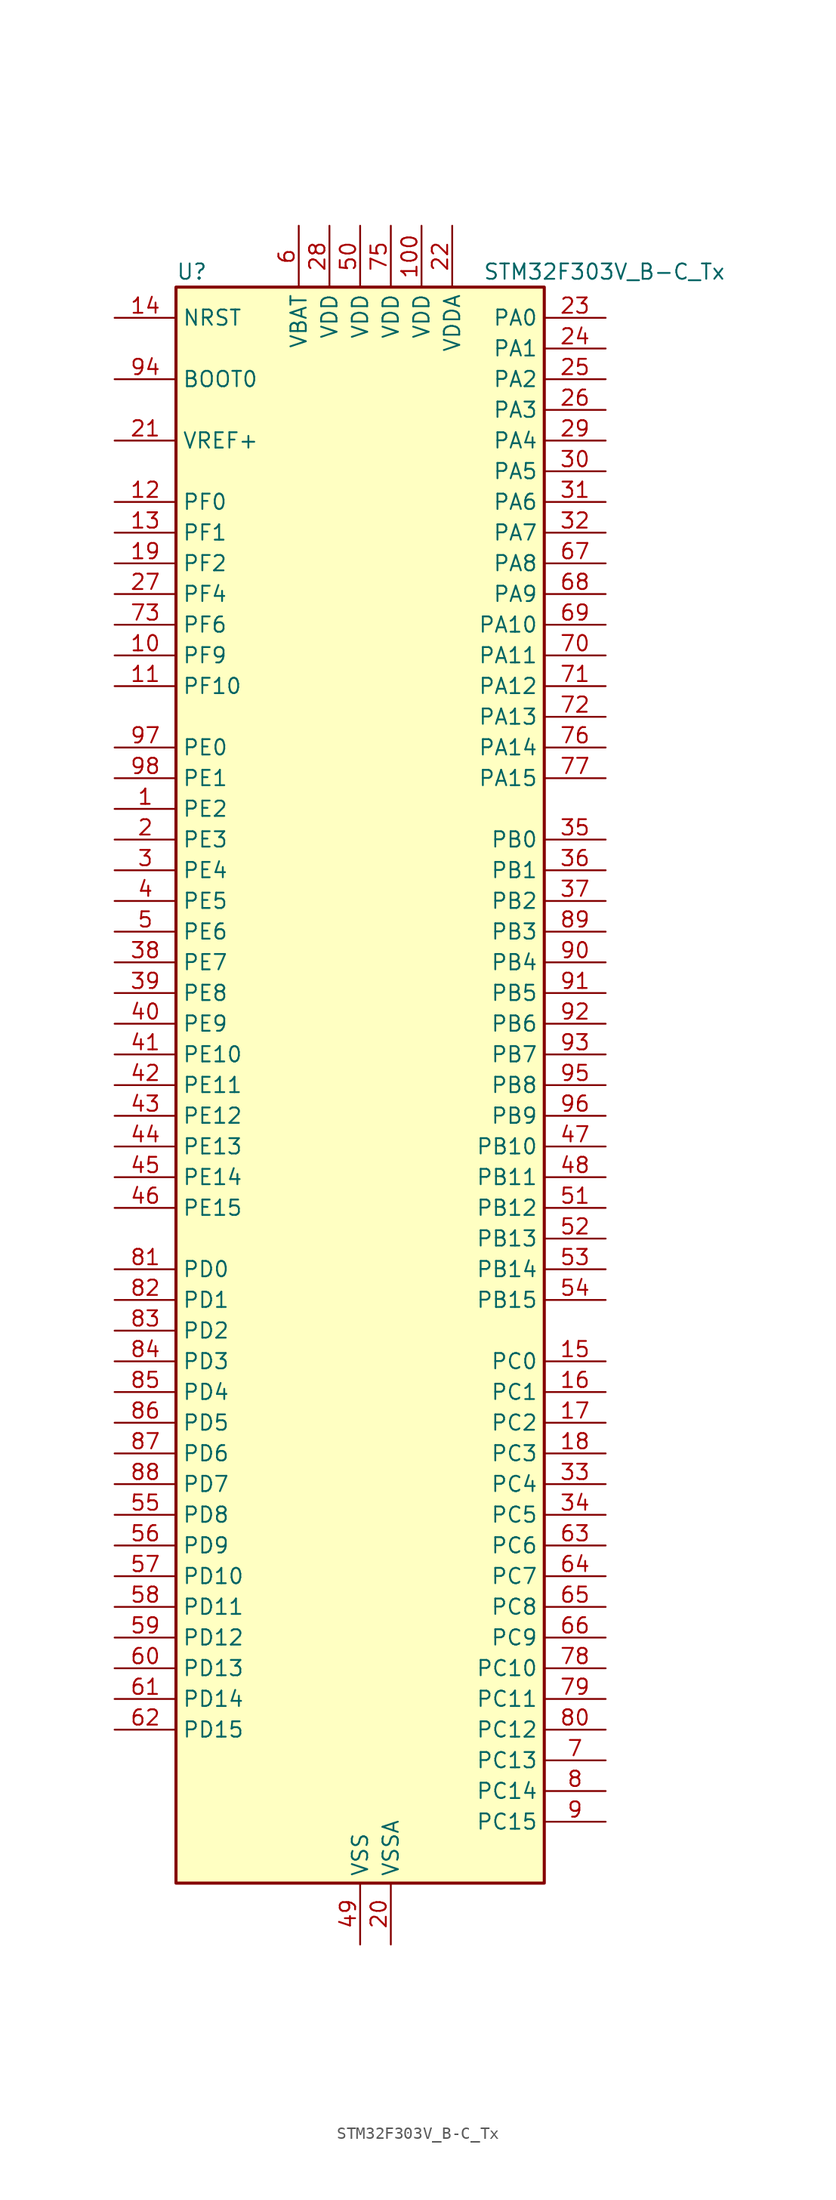
<source format=kicad_sym>
(kicad_symbol_lib
  (version 20231120)
  (generator "kicad_symbol_editor")
  (generator_version "8.0")
  (symbol "STM32F303V_B-C_Tx"
    (property "Reference" "U"
      (at -15.24 67.31 0)
      (effects (font (size 1.27 1.27)) (justify left)))
    (property "Value" "STM32F303V_B-C_Tx"
      (at 10.16 67.31 0)
      (effects (font (size 1.27 1.27)) (justify left)))
    (property "ki_locked" ""
      (at 0 0 0)
      (effects (font (size 1.27 1.27))))
    (symbol "STM32F303V_B-C_Tx_0_1"
      (rectangle (start -15.24 -66.04) (end 15.24 66.04) (stroke (width 0.254) (type default)) (fill (type background))))
    (symbol "STM32F303V_B-C_Tx_1_1"
      (pin bidirectional line (at -20.32 22.86 0) (length 5.08) (name "PE2" (effects (font (size 1.27 1.27)))) (number "1" (effects (font (size 1.27 1.27)))) (alternate "ADC3_EXTI2" bidirectional line) (alternate "ADC4_EXTI2" bidirectional line) (alternate "SYS_TRACECK" bidirectional line) (alternate "TIM3_CH1" bidirectional line) (alternate "TSC_G7_IO1" bidirectional line))
      (pin bidirectional line (at -20.32 35.56 0) (length 5.08) (name "PF9" (effects (font (size 1.27 1.27)))) (number "10" (effects (font (size 1.27 1.27)))) (alternate "DAC_EXTI9" bidirectional line) (alternate "SPI2_SCK" bidirectional line) (alternate "TIM15_CH1" bidirectional line))
      (pin power_in line (at 5.08 71.12 270) (length 5.08) (name "VDD" (effects (font (size 1.27 1.27)))) (number "100" (effects (font (size 1.27 1.27)))))
      (pin bidirectional line (at -20.32 33.02 0) (length 5.08) (name "PF10" (effects (font (size 1.27 1.27)))) (number "11" (effects (font (size 1.27 1.27)))) (alternate "SPI2_SCK" bidirectional line) (alternate "TIM15_CH2" bidirectional line))
      (pin bidirectional line (at -20.32 48.26 0) (length 5.08) (name "PF0" (effects (font (size 1.27 1.27)))) (number "12" (effects (font (size 1.27 1.27)))) (alternate "I2C2_SDA" bidirectional line) (alternate "RCC_OSC_IN" bidirectional line) (alternate "TIM1_CH3N" bidirectional line))
      (pin bidirectional line (at -20.32 45.72 0) (length 5.08) (name "PF1" (effects (font (size 1.27 1.27)))) (number "13" (effects (font (size 1.27 1.27)))) (alternate "I2C2_SCL" bidirectional line) (alternate "RCC_OSC_OUT" bidirectional line))
      (pin input line (at -20.32 63.5 0) (length 5.08) (name "NRST" (effects (font (size 1.27 1.27)))) (number "14" (effects (font (size 1.27 1.27)))))
      (pin bidirectional line (at 20.32 -22.86 180) (length 5.08) (name "PC0" (effects (font (size 1.27 1.27)))) (number "15" (effects (font (size 1.27 1.27)))) (alternate "ADC1_IN6" bidirectional line) (alternate "ADC2_IN6" bidirectional line) (alternate "COMP7_INM" bidirectional line))
      (pin bidirectional line (at 20.32 -25.4 180) (length 5.08) (name "PC1" (effects (font (size 1.27 1.27)))) (number "16" (effects (font (size 1.27 1.27)))) (alternate "ADC1_IN7" bidirectional line) (alternate "ADC2_IN7" bidirectional line) (alternate "COMP7_INP" bidirectional line))
      (pin bidirectional line (at 20.32 -27.94 180) (length 5.08) (name "PC2" (effects (font (size 1.27 1.27)))) (number "17" (effects (font (size 1.27 1.27)))) (alternate "ADC1_IN8" bidirectional line) (alternate "ADC2_IN8" bidirectional line) (alternate "ADC3_EXTI2" bidirectional line) (alternate "ADC4_EXTI2" bidirectional line) (alternate "COMP7_OUT" bidirectional line))
      (pin bidirectional line (at 20.32 -30.48 180) (length 5.08) (name "PC3" (effects (font (size 1.27 1.27)))) (number "18" (effects (font (size 1.27 1.27)))) (alternate "ADC1_IN9" bidirectional line) (alternate "ADC2_IN9" bidirectional line) (alternate "TIM1_BKIN2" bidirectional line))
      (pin bidirectional line (at -20.32 43.18 0) (length 5.08) (name "PF2" (effects (font (size 1.27 1.27)))) (number "19" (effects (font (size 1.27 1.27)))) (alternate "ADC1_IN10" bidirectional line) (alternate "ADC2_IN10" bidirectional line) (alternate "ADC3_EXTI2" bidirectional line) (alternate "ADC4_EXTI2" bidirectional line))
      (pin bidirectional line (at -20.32 20.32 0) (length 5.08) (name "PE3" (effects (font (size 1.27 1.27)))) (number "2" (effects (font (size 1.27 1.27)))) (alternate "SYS_TRACED0" bidirectional line) (alternate "TIM3_CH2" bidirectional line) (alternate "TSC_G7_IO2" bidirectional line))
      (pin power_in line (at 2.54 -71.12 90) (length 5.08) (name "VSSA" (effects (font (size 1.27 1.27)))) (number "20" (effects (font (size 1.27 1.27)))))
      (pin input line (at -20.32 53.34 0) (length 5.08) (name "VREF+" (effects (font (size 1.27 1.27)))) (number "21" (effects (font (size 1.27 1.27)))))
      (pin power_in line (at 7.62 71.12 270) (length 5.08) (name "VDDA" (effects (font (size 1.27 1.27)))) (number "22" (effects (font (size 1.27 1.27)))))
      (pin bidirectional line (at 20.32 63.5 180) (length 5.08) (name "PA0" (effects (font (size 1.27 1.27)))) (number "23" (effects (font (size 1.27 1.27)))) (alternate "ADC1_IN1" bidirectional line) (alternate "COMP1_INM" bidirectional line) (alternate "COMP1_OUT" bidirectional line) (alternate "COMP7_INP" bidirectional line) (alternate "RTC_TAMP2" bidirectional line) (alternate "SYS_WKUP1" bidirectional line) (alternate "TIM2_CH1" bidirectional line) (alternate "TIM2_ETR" bidirectional line) (alternate "TIM8_BKIN" bidirectional line) (alternate "TIM8_ETR" bidirectional line) (alternate "TSC_G1_IO1" bidirectional line) (alternate "USART2_CTS" bidirectional line))
      (pin bidirectional line (at 20.32 60.96 180) (length 5.08) (name "PA1" (effects (font (size 1.27 1.27)))) (number "24" (effects (font (size 1.27 1.27)))) (alternate "ADC1_IN2" bidirectional line) (alternate "COMP1_INP" bidirectional line) (alternate "OPAMP1_VINP" bidirectional line) (alternate "OPAMP1_VINP_SEC" bidirectional line) (alternate "OPAMP3_VINP" bidirectional line) (alternate "OPAMP3_VINP_SEC" bidirectional line) (alternate "RTC_REFIN" bidirectional line) (alternate "TIM15_CH1N" bidirectional line) (alternate "TIM2_CH2" bidirectional line) (alternate "TSC_G1_IO2" bidirectional line) (alternate "USART2_DE" bidirectional line) (alternate "USART2_RTS" bidirectional line))
      (pin bidirectional line (at 20.32 58.42 180) (length 5.08) (name "PA2" (effects (font (size 1.27 1.27)))) (number "25" (effects (font (size 1.27 1.27)))) (alternate "ADC1_IN3" bidirectional line) (alternate "ADC3_EXTI2" bidirectional line) (alternate "ADC4_EXTI2" bidirectional line) (alternate "COMP2_INM" bidirectional line) (alternate "COMP2_OUT" bidirectional line) (alternate "OPAMP1_VOUT" bidirectional line) (alternate "TIM15_CH1" bidirectional line) (alternate "TIM2_CH3" bidirectional line) (alternate "TSC_G1_IO3" bidirectional line) (alternate "USART2_TX" bidirectional line))
      (pin bidirectional line (at 20.32 55.88 180) (length 5.08) (name "PA3" (effects (font (size 1.27 1.27)))) (number "26" (effects (font (size 1.27 1.27)))) (alternate "ADC1_IN4" bidirectional line) (alternate "COMP2_INP" bidirectional line) (alternate "OPAMP1_VINM" bidirectional line) (alternate "OPAMP1_VINM_SEC" bidirectional line) (alternate "OPAMP1_VINP" bidirectional line) (alternate "OPAMP1_VINP_SEC" bidirectional line) (alternate "TIM15_CH2" bidirectional line) (alternate "TIM2_CH4" bidirectional line) (alternate "TSC_G1_IO4" bidirectional line) (alternate "USART2_RX" bidirectional line))
      (pin bidirectional line (at -20.32 40.64 0) (length 5.08) (name "PF4" (effects (font (size 1.27 1.27)))) (number "27" (effects (font (size 1.27 1.27)))) (alternate "ADC1_IN5" bidirectional line) (alternate "COMP1_OUT" bidirectional line))
      (pin power_in line (at -2.54 71.12 270) (length 5.08) (name "VDD" (effects (font (size 1.27 1.27)))) (number "28" (effects (font (size 1.27 1.27)))))
      (pin bidirectional line (at 20.32 53.34 180) (length 5.08) (name "PA4" (effects (font (size 1.27 1.27)))) (number "29" (effects (font (size 1.27 1.27)))) (alternate "ADC2_IN1" bidirectional line) (alternate "COMP1_INM" bidirectional line) (alternate "COMP2_INM" bidirectional line) (alternate "COMP3_INM" bidirectional line) (alternate "COMP4_INM" bidirectional line) (alternate "COMP5_INM" bidirectional line) (alternate "COMP6_INM" bidirectional line) (alternate "COMP7_INM" bidirectional line) (alternate "DAC_OUT1" bidirectional line) (alternate "I2S3_WS" bidirectional line) (alternate "OPAMP4_VINP" bidirectional line) (alternate "OPAMP4_VINP_SEC" bidirectional line) (alternate "SPI1_NSS" bidirectional line) (alternate "SPI3_NSS" bidirectional line) (alternate "TIM3_CH2" bidirectional line) (alternate "TSC_G2_IO1" bidirectional line) (alternate "USART2_CK" bidirectional line))
      (pin bidirectional line (at -20.32 17.78 0) (length 5.08) (name "PE4" (effects (font (size 1.27 1.27)))) (number "3" (effects (font (size 1.27 1.27)))) (alternate "SYS_TRACED1" bidirectional line) (alternate "TIM3_CH3" bidirectional line) (alternate "TSC_G7_IO3" bidirectional line))
      (pin bidirectional line (at 20.32 50.8 180) (length 5.08) (name "PA5" (effects (font (size 1.27 1.27)))) (number "30" (effects (font (size 1.27 1.27)))) (alternate "ADC2_IN2" bidirectional line) (alternate "COMP1_INM" bidirectional line) (alternate "COMP2_INM" bidirectional line) (alternate "COMP3_INM" bidirectional line) (alternate "COMP4_INM" bidirectional line) (alternate "COMP5_INM" bidirectional line) (alternate "COMP6_INM" bidirectional line) (alternate "COMP7_INM" bidirectional line) (alternate "DAC_OUT2" bidirectional line) (alternate "OPAMP1_VINP" bidirectional line) (alternate "OPAMP1_VINP_SEC" bidirectional line) (alternate "OPAMP2_VINM" bidirectional line) (alternate "OPAMP2_VINM_SEC" bidirectional line) (alternate "OPAMP3_VINP" bidirectional line) (alternate "OPAMP3_VINP_SEC" bidirectional line) (alternate "SPI1_SCK" bidirectional line) (alternate "TIM2_CH1" bidirectional line) (alternate "TIM2_ETR" bidirectional line) (alternate "TSC_G2_IO2" bidirectional line))
      (pin bidirectional line (at 20.32 48.26 180) (length 5.08) (name "PA6" (effects (font (size 1.27 1.27)))) (number "31" (effects (font (size 1.27 1.27)))) (alternate "ADC2_IN3" bidirectional line) (alternate "COMP1_OUT" bidirectional line) (alternate "OPAMP2_VOUT" bidirectional line) (alternate "SPI1_MISO" bidirectional line) (alternate "TIM16_CH1" bidirectional line) (alternate "TIM1_BKIN" bidirectional line) (alternate "TIM3_CH1" bidirectional line) (alternate "TIM8_BKIN" bidirectional line) (alternate "TSC_G2_IO3" bidirectional line))
      (pin bidirectional line (at 20.32 45.72 180) (length 5.08) (name "PA7" (effects (font (size 1.27 1.27)))) (number "32" (effects (font (size 1.27 1.27)))) (alternate "ADC2_IN4" bidirectional line) (alternate "COMP2_INP" bidirectional line) (alternate "COMP2_OUT" bidirectional line) (alternate "OPAMP1_VINP" bidirectional line) (alternate "OPAMP1_VINP_SEC" bidirectional line) (alternate "OPAMP2_VINP" bidirectional line) (alternate "OPAMP2_VINP_SEC" bidirectional line) (alternate "SPI1_MOSI" bidirectional line) (alternate "TIM17_CH1" bidirectional line) (alternate "TIM1_CH1N" bidirectional line) (alternate "TIM3_CH2" bidirectional line) (alternate "TIM8_CH1N" bidirectional line) (alternate "TSC_G2_IO4" bidirectional line))
      (pin bidirectional line (at 20.32 -33.02 180) (length 5.08) (name "PC4" (effects (font (size 1.27 1.27)))) (number "33" (effects (font (size 1.27 1.27)))) (alternate "ADC2_IN5" bidirectional line) (alternate "USART1_TX" bidirectional line))
      (pin bidirectional line (at 20.32 -35.56 180) (length 5.08) (name "PC5" (effects (font (size 1.27 1.27)))) (number "34" (effects (font (size 1.27 1.27)))) (alternate "ADC2_IN11" bidirectional line) (alternate "OPAMP1_VINM" bidirectional line) (alternate "OPAMP1_VINM_SEC" bidirectional line) (alternate "OPAMP2_VINM" bidirectional line) (alternate "OPAMP2_VINM_SEC" bidirectional line) (alternate "TSC_G3_IO1" bidirectional line) (alternate "USART1_RX" bidirectional line))
      (pin bidirectional line (at 20.32 20.32 180) (length 5.08) (name "PB0" (effects (font (size 1.27 1.27)))) (number "35" (effects (font (size 1.27 1.27)))) (alternate "ADC3_IN12" bidirectional line) (alternate "COMP4_INP" bidirectional line) (alternate "OPAMP2_VINP" bidirectional line) (alternate "OPAMP2_VINP_SEC" bidirectional line) (alternate "OPAMP3_VINP" bidirectional line) (alternate "OPAMP3_VINP_SEC" bidirectional line) (alternate "TIM1_CH2N" bidirectional line) (alternate "TIM3_CH3" bidirectional line) (alternate "TIM8_CH2N" bidirectional line) (alternate "TSC_G3_IO2" bidirectional line))
      (pin bidirectional line (at 20.32 17.78 180) (length 5.08) (name "PB1" (effects (font (size 1.27 1.27)))) (number "36" (effects (font (size 1.27 1.27)))) (alternate "ADC3_IN1" bidirectional line) (alternate "COMP4_OUT" bidirectional line) (alternate "OPAMP3_VOUT" bidirectional line) (alternate "TIM1_CH3N" bidirectional line) (alternate "TIM3_CH4" bidirectional line) (alternate "TIM8_CH3N" bidirectional line) (alternate "TSC_G3_IO3" bidirectional line))
      (pin bidirectional line (at 20.32 15.24 180) (length 5.08) (name "PB2" (effects (font (size 1.27 1.27)))) (number "37" (effects (font (size 1.27 1.27)))) (alternate "ADC2_IN12" bidirectional line) (alternate "ADC3_EXTI2" bidirectional line) (alternate "ADC4_EXTI2" bidirectional line) (alternate "COMP4_INM" bidirectional line) (alternate "OPAMP3_VINM" bidirectional line) (alternate "OPAMP3_VINM_SEC" bidirectional line) (alternate "TSC_G3_IO4" bidirectional line))
      (pin bidirectional line (at -20.32 10.16 0) (length 5.08) (name "PE7" (effects (font (size 1.27 1.27)))) (number "38" (effects (font (size 1.27 1.27)))) (alternate "ADC3_IN13" bidirectional line) (alternate "COMP4_INP" bidirectional line) (alternate "TIM1_ETR" bidirectional line))
      (pin bidirectional line (at -20.32 7.62 0) (length 5.08) (name "PE8" (effects (font (size 1.27 1.27)))) (number "39" (effects (font (size 1.27 1.27)))) (alternate "ADC3_IN6" bidirectional line) (alternate "ADC4_IN6" bidirectional line) (alternate "COMP4_INM" bidirectional line) (alternate "TIM1_CH1N" bidirectional line))
      (pin bidirectional line (at -20.32 15.24 0) (length 5.08) (name "PE5" (effects (font (size 1.27 1.27)))) (number "4" (effects (font (size 1.27 1.27)))) (alternate "SYS_TRACED2" bidirectional line) (alternate "TIM3_CH4" bidirectional line) (alternate "TSC_G7_IO4" bidirectional line))
      (pin bidirectional line (at -20.32 5.08 0) (length 5.08) (name "PE9" (effects (font (size 1.27 1.27)))) (number "40" (effects (font (size 1.27 1.27)))) (alternate "ADC3_IN2" bidirectional line) (alternate "DAC_EXTI9" bidirectional line) (alternate "TIM1_CH1" bidirectional line))
      (pin bidirectional line (at -20.32 2.54 0) (length 5.08) (name "PE10" (effects (font (size 1.27 1.27)))) (number "41" (effects (font (size 1.27 1.27)))) (alternate "ADC3_IN14" bidirectional line) (alternate "TIM1_CH2N" bidirectional line))
      (pin bidirectional line (at -20.32 0 0) (length 5.08) (name "PE11" (effects (font (size 1.27 1.27)))) (number "42" (effects (font (size 1.27 1.27)))) (alternate "ADC1_EXTI11" bidirectional line) (alternate "ADC2_EXTI11" bidirectional line) (alternate "ADC3_IN15" bidirectional line) (alternate "TIM1_CH2" bidirectional line))
      (pin bidirectional line (at -20.32 -2.54 0) (length 5.08) (name "PE12" (effects (font (size 1.27 1.27)))) (number "43" (effects (font (size 1.27 1.27)))) (alternate "ADC3_IN16" bidirectional line) (alternate "TIM1_CH3N" bidirectional line))
      (pin bidirectional line (at -20.32 -5.08 0) (length 5.08) (name "PE13" (effects (font (size 1.27 1.27)))) (number "44" (effects (font (size 1.27 1.27)))) (alternate "ADC3_IN3" bidirectional line) (alternate "TIM1_CH3" bidirectional line))
      (pin bidirectional line (at -20.32 -7.62 0) (length 5.08) (name "PE14" (effects (font (size 1.27 1.27)))) (number "45" (effects (font (size 1.27 1.27)))) (alternate "ADC4_IN1" bidirectional line) (alternate "TIM1_BKIN2" bidirectional line) (alternate "TIM1_CH4" bidirectional line))
      (pin bidirectional line (at -20.32 -10.16 0) (length 5.08) (name "PE15" (effects (font (size 1.27 1.27)))) (number "46" (effects (font (size 1.27 1.27)))) (alternate "ADC1_EXTI15" bidirectional line) (alternate "ADC2_EXTI15" bidirectional line) (alternate "ADC4_IN2" bidirectional line) (alternate "TIM1_BKIN" bidirectional line) (alternate "USART3_RX" bidirectional line))
      (pin bidirectional line (at 20.32 -5.08 180) (length 5.08) (name "PB10" (effects (font (size 1.27 1.27)))) (number "47" (effects (font (size 1.27 1.27)))) (alternate "COMP5_INM" bidirectional line) (alternate "OPAMP3_VINM" bidirectional line) (alternate "OPAMP3_VINM_SEC" bidirectional line) (alternate "OPAMP4_VINM" bidirectional line) (alternate "OPAMP4_VINM_SEC" bidirectional line) (alternate "TIM2_CH3" bidirectional line) (alternate "TSC_SYNC" bidirectional line) (alternate "USART3_TX" bidirectional line))
      (pin bidirectional line (at 20.32 -7.62 180) (length 5.08) (name "PB11" (effects (font (size 1.27 1.27)))) (number "48" (effects (font (size 1.27 1.27)))) (alternate "ADC1_EXTI11" bidirectional line) (alternate "ADC2_EXTI11" bidirectional line) (alternate "COMP6_INP" bidirectional line) (alternate "OPAMP4_VINP" bidirectional line) (alternate "OPAMP4_VINP_SEC" bidirectional line) (alternate "TIM2_CH4" bidirectional line) (alternate "TSC_G6_IO1" bidirectional line) (alternate "USART3_RX" bidirectional line))
      (pin power_in line (at 0 -71.12 90) (length 5.08) (name "VSS" (effects (font (size 1.27 1.27)))) (number "49" (effects (font (size 1.27 1.27)))))
      (pin bidirectional line (at -20.32 12.7 0) (length 5.08) (name "PE6" (effects (font (size 1.27 1.27)))) (number "5" (effects (font (size 1.27 1.27)))) (alternate "RTC_TAMP3" bidirectional line) (alternate "SYS_TRACED3" bidirectional line) (alternate "SYS_WKUP3" bidirectional line))
      (pin power_in line (at 0 71.12 270) (length 5.08) (name "VDD" (effects (font (size 1.27 1.27)))) (number "50" (effects (font (size 1.27 1.27)))))
      (pin bidirectional line (at 20.32 -10.16 180) (length 5.08) (name "PB12" (effects (font (size 1.27 1.27)))) (number "51" (effects (font (size 1.27 1.27)))) (alternate "ADC4_IN3" bidirectional line) (alternate "COMP3_INM" bidirectional line) (alternate "I2C2_SMBA" bidirectional line) (alternate "I2S2_WS" bidirectional line) (alternate "OPAMP4_VOUT" bidirectional line) (alternate "SPI2_NSS" bidirectional line) (alternate "TIM1_BKIN" bidirectional line) (alternate "TSC_G6_IO2" bidirectional line) (alternate "USART3_CK" bidirectional line))
      (pin bidirectional line (at 20.32 -12.7 180) (length 5.08) (name "PB13" (effects (font (size 1.27 1.27)))) (number "52" (effects (font (size 1.27 1.27)))) (alternate "ADC3_IN5" bidirectional line) (alternate "COMP5_INP" bidirectional line) (alternate "I2S2_CK" bidirectional line) (alternate "OPAMP3_VINP" bidirectional line) (alternate "OPAMP3_VINP_SEC" bidirectional line) (alternate "OPAMP4_VINP" bidirectional line) (alternate "OPAMP4_VINP_SEC" bidirectional line) (alternate "SPI2_SCK" bidirectional line) (alternate "TIM1_CH1N" bidirectional line) (alternate "TSC_G6_IO3" bidirectional line) (alternate "USART3_CTS" bidirectional line))
      (pin bidirectional line (at 20.32 -15.24 180) (length 5.08) (name "PB14" (effects (font (size 1.27 1.27)))) (number "53" (effects (font (size 1.27 1.27)))) (alternate "ADC4_IN4" bidirectional line) (alternate "COMP3_INP" bidirectional line) (alternate "I2S2_ext_SD" bidirectional line) (alternate "OPAMP2_VINP" bidirectional line) (alternate "OPAMP2_VINP_SEC" bidirectional line) (alternate "SPI2_MISO" bidirectional line) (alternate "TIM15_CH1" bidirectional line) (alternate "TIM1_CH2N" bidirectional line) (alternate "TSC_G6_IO4" bidirectional line) (alternate "USART3_DE" bidirectional line) (alternate "USART3_RTS" bidirectional line))
      (pin bidirectional line (at 20.32 -17.78 180) (length 5.08) (name "PB15" (effects (font (size 1.27 1.27)))) (number "54" (effects (font (size 1.27 1.27)))) (alternate "ADC1_EXTI15" bidirectional line) (alternate "ADC2_EXTI15" bidirectional line) (alternate "ADC4_IN5" bidirectional line) (alternate "COMP6_INM" bidirectional line) (alternate "I2S2_SD" bidirectional line) (alternate "RTC_REFIN" bidirectional line) (alternate "SPI2_MOSI" bidirectional line) (alternate "TIM15_CH1N" bidirectional line) (alternate "TIM15_CH2" bidirectional line) (alternate "TIM1_CH3N" bidirectional line))
      (pin bidirectional line (at -20.32 -35.56 0) (length 5.08) (name "PD8" (effects (font (size 1.27 1.27)))) (number "55" (effects (font (size 1.27 1.27)))) (alternate "ADC4_IN12" bidirectional line) (alternate "OPAMP4_VINM" bidirectional line) (alternate "OPAMP4_VINM_SEC" bidirectional line) (alternate "USART3_TX" bidirectional line))
      (pin bidirectional line (at -20.32 -38.1 0) (length 5.08) (name "PD9" (effects (font (size 1.27 1.27)))) (number "56" (effects (font (size 1.27 1.27)))) (alternate "ADC4_IN13" bidirectional line) (alternate "DAC_EXTI9" bidirectional line) (alternate "USART3_RX" bidirectional line))
      (pin bidirectional line (at -20.32 -40.64 0) (length 5.08) (name "PD10" (effects (font (size 1.27 1.27)))) (number "57" (effects (font (size 1.27 1.27)))) (alternate "ADC3_IN7" bidirectional line) (alternate "ADC4_IN7" bidirectional line) (alternate "COMP6_INM" bidirectional line) (alternate "USART3_CK" bidirectional line))
      (pin bidirectional line (at -20.32 -43.18 0) (length 5.08) (name "PD11" (effects (font (size 1.27 1.27)))) (number "58" (effects (font (size 1.27 1.27)))) (alternate "ADC1_EXTI11" bidirectional line) (alternate "ADC2_EXTI11" bidirectional line) (alternate "ADC3_IN8" bidirectional line) (alternate "ADC4_IN8" bidirectional line) (alternate "COMP6_INP" bidirectional line) (alternate "OPAMP4_VINP" bidirectional line) (alternate "OPAMP4_VINP_SEC" bidirectional line) (alternate "USART3_CTS" bidirectional line))
      (pin bidirectional line (at -20.32 -45.72 0) (length 5.08) (name "PD12" (effects (font (size 1.27 1.27)))) (number "59" (effects (font (size 1.27 1.27)))) (alternate "ADC3_IN9" bidirectional line) (alternate "ADC4_IN9" bidirectional line) (alternate "COMP5_INP" bidirectional line) (alternate "TIM4_CH1" bidirectional line) (alternate "TSC_G8_IO1" bidirectional line) (alternate "USART3_DE" bidirectional line) (alternate "USART3_RTS" bidirectional line))
      (pin power_in line (at -5.08 71.12 270) (length 5.08) (name "VBAT" (effects (font (size 1.27 1.27)))) (number "6" (effects (font (size 1.27 1.27)))))
      (pin bidirectional line (at -20.32 -48.26 0) (length 5.08) (name "PD13" (effects (font (size 1.27 1.27)))) (number "60" (effects (font (size 1.27 1.27)))) (alternate "ADC3_IN10" bidirectional line) (alternate "ADC4_IN10" bidirectional line) (alternate "COMP5_INM" bidirectional line) (alternate "TIM4_CH2" bidirectional line) (alternate "TSC_G8_IO2" bidirectional line))
      (pin bidirectional line (at -20.32 -50.8 0) (length 5.08) (name "PD14" (effects (font (size 1.27 1.27)))) (number "61" (effects (font (size 1.27 1.27)))) (alternate "ADC3_IN11" bidirectional line) (alternate "ADC4_IN11" bidirectional line) (alternate "COMP3_INP" bidirectional line) (alternate "OPAMP2_VINP" bidirectional line) (alternate "OPAMP2_VINP_SEC" bidirectional line) (alternate "TIM4_CH3" bidirectional line) (alternate "TSC_G8_IO3" bidirectional line))
      (pin bidirectional line (at -20.32 -53.34 0) (length 5.08) (name "PD15" (effects (font (size 1.27 1.27)))) (number "62" (effects (font (size 1.27 1.27)))) (alternate "ADC1_EXTI15" bidirectional line) (alternate "ADC2_EXTI15" bidirectional line) (alternate "COMP3_INM" bidirectional line) (alternate "SPI2_NSS" bidirectional line) (alternate "TIM4_CH4" bidirectional line) (alternate "TSC_G8_IO4" bidirectional line))
      (pin bidirectional line (at 20.32 -38.1 180) (length 5.08) (name "PC6" (effects (font (size 1.27 1.27)))) (number "63" (effects (font (size 1.27 1.27)))) (alternate "COMP6_OUT" bidirectional line) (alternate "I2S2_MCK" bidirectional line) (alternate "TIM3_CH1" bidirectional line) (alternate "TIM8_CH1" bidirectional line))
      (pin bidirectional line (at 20.32 -40.64 180) (length 5.08) (name "PC7" (effects (font (size 1.27 1.27)))) (number "64" (effects (font (size 1.27 1.27)))) (alternate "COMP5_OUT" bidirectional line) (alternate "I2S3_MCK" bidirectional line) (alternate "TIM3_CH2" bidirectional line) (alternate "TIM8_CH2" bidirectional line))
      (pin bidirectional line (at 20.32 -43.18 180) (length 5.08) (name "PC8" (effects (font (size 1.27 1.27)))) (number "65" (effects (font (size 1.27 1.27)))) (alternate "COMP3_OUT" bidirectional line) (alternate "TIM3_CH3" bidirectional line) (alternate "TIM8_CH3" bidirectional line))
      (pin bidirectional line (at 20.32 -45.72 180) (length 5.08) (name "PC9" (effects (font (size 1.27 1.27)))) (number "66" (effects (font (size 1.27 1.27)))) (alternate "DAC_EXTI9" bidirectional line) (alternate "I2S_CKIN" bidirectional line) (alternate "TIM3_CH4" bidirectional line) (alternate "TIM8_BKIN2" bidirectional line) (alternate "TIM8_CH4" bidirectional line))
      (pin bidirectional line (at 20.32 43.18 180) (length 5.08) (name "PA8" (effects (font (size 1.27 1.27)))) (number "67" (effects (font (size 1.27 1.27)))) (alternate "COMP3_OUT" bidirectional line) (alternate "I2C2_SMBA" bidirectional line) (alternate "I2S2_MCK" bidirectional line) (alternate "RCC_MCO" bidirectional line) (alternate "TIM1_CH1" bidirectional line) (alternate "TIM4_ETR" bidirectional line) (alternate "USART1_CK" bidirectional line))
      (pin bidirectional line (at 20.32 40.64 180) (length 5.08) (name "PA9" (effects (font (size 1.27 1.27)))) (number "68" (effects (font (size 1.27 1.27)))) (alternate "COMP5_OUT" bidirectional line) (alternate "DAC_EXTI9" bidirectional line) (alternate "I2C2_SCL" bidirectional line) (alternate "I2S3_MCK" bidirectional line) (alternate "TIM15_BKIN" bidirectional line) (alternate "TIM1_CH2" bidirectional line) (alternate "TIM2_CH3" bidirectional line) (alternate "TSC_G4_IO1" bidirectional line) (alternate "USART1_TX" bidirectional line))
      (pin bidirectional line (at 20.32 38.1 180) (length 5.08) (name "PA10" (effects (font (size 1.27 1.27)))) (number "69" (effects (font (size 1.27 1.27)))) (alternate "COMP6_OUT" bidirectional line) (alternate "I2C2_SDA" bidirectional line) (alternate "TIM17_BKIN" bidirectional line) (alternate "TIM1_CH3" bidirectional line) (alternate "TIM2_CH4" bidirectional line) (alternate "TIM8_BKIN" bidirectional line) (alternate "TSC_G4_IO2" bidirectional line) (alternate "USART1_RX" bidirectional line))
      (pin bidirectional line (at 20.32 -55.88 180) (length 5.08) (name "PC13" (effects (font (size 1.27 1.27)))) (number "7" (effects (font (size 1.27 1.27)))) (alternate "RTC_OUT_ALARM" bidirectional line) (alternate "RTC_OUT_CALIB" bidirectional line) (alternate "RTC_TAMP1" bidirectional line) (alternate "RTC_TS" bidirectional line) (alternate "SYS_WKUP2" bidirectional line) (alternate "TIM1_CH1N" bidirectional line))
      (pin bidirectional line (at 20.32 35.56 180) (length 5.08) (name "PA11" (effects (font (size 1.27 1.27)))) (number "70" (effects (font (size 1.27 1.27)))) (alternate "ADC1_EXTI11" bidirectional line) (alternate "ADC2_EXTI11" bidirectional line) (alternate "CAN_RX" bidirectional line) (alternate "COMP1_OUT" bidirectional line) (alternate "TIM1_BKIN2" bidirectional line) (alternate "TIM1_CH1N" bidirectional line) (alternate "TIM1_CH4" bidirectional line) (alternate "TIM4_CH1" bidirectional line) (alternate "USART1_CTS" bidirectional line) (alternate "USB_DM" bidirectional line))
      (pin bidirectional line (at 20.32 33.02 180) (length 5.08) (name "PA12" (effects (font (size 1.27 1.27)))) (number "71" (effects (font (size 1.27 1.27)))) (alternate "CAN_TX" bidirectional line) (alternate "COMP2_OUT" bidirectional line) (alternate "TIM16_CH1" bidirectional line) (alternate "TIM1_CH2N" bidirectional line) (alternate "TIM1_ETR" bidirectional line) (alternate "TIM4_CH2" bidirectional line) (alternate "USART1_DE" bidirectional line) (alternate "USART1_RTS" bidirectional line) (alternate "USB_DP" bidirectional line))
      (pin bidirectional line (at 20.32 30.48 180) (length 5.08) (name "PA13" (effects (font (size 1.27 1.27)))) (number "72" (effects (font (size 1.27 1.27)))) (alternate "IR_OUT" bidirectional line) (alternate "SYS_JTMS-SWDIO" bidirectional line) (alternate "TIM16_CH1N" bidirectional line) (alternate "TIM4_CH3" bidirectional line) (alternate "TSC_G4_IO3" bidirectional line) (alternate "USART3_CTS" bidirectional line))
      (pin bidirectional line (at -20.32 38.1 0) (length 5.08) (name "PF6" (effects (font (size 1.27 1.27)))) (number "73" (effects (font (size 1.27 1.27)))) (alternate "I2C2_SCL" bidirectional line) (alternate "TIM4_CH4" bidirectional line) (alternate "USART3_DE" bidirectional line) (alternate "USART3_RTS" bidirectional line))
      (pin passive line (at 0 -71.12 90) (length 5.08) hide (name "VSS" (effects (font (size 1.27 1.27)))) (number "74" (effects (font (size 1.27 1.27)))))
      (pin power_in line (at 2.54 71.12 270) (length 5.08) (name "VDD" (effects (font (size 1.27 1.27)))) (number "75" (effects (font (size 1.27 1.27)))))
      (pin bidirectional line (at 20.32 27.94 180) (length 5.08) (name "PA14" (effects (font (size 1.27 1.27)))) (number "76" (effects (font (size 1.27 1.27)))) (alternate "I2C1_SDA" bidirectional line) (alternate "SYS_JTCK-SWCLK" bidirectional line) (alternate "TIM1_BKIN" bidirectional line) (alternate "TIM8_CH2" bidirectional line) (alternate "TSC_G4_IO4" bidirectional line) (alternate "USART2_TX" bidirectional line))
      (pin bidirectional line (at 20.32 25.4 180) (length 5.08) (name "PA15" (effects (font (size 1.27 1.27)))) (number "77" (effects (font (size 1.27 1.27)))) (alternate "ADC1_EXTI15" bidirectional line) (alternate "ADC2_EXTI15" bidirectional line) (alternate "I2C1_SCL" bidirectional line) (alternate "I2S3_WS" bidirectional line) (alternate "SPI1_NSS" bidirectional line) (alternate "SPI3_NSS" bidirectional line) (alternate "SYS_JTDI" bidirectional line) (alternate "TIM1_BKIN" bidirectional line) (alternate "TIM2_CH1" bidirectional line) (alternate "TIM2_ETR" bidirectional line) (alternate "TIM8_CH1" bidirectional line) (alternate "USART2_RX" bidirectional line))
      (pin bidirectional line (at 20.32 -48.26 180) (length 5.08) (name "PC10" (effects (font (size 1.27 1.27)))) (number "78" (effects (font (size 1.27 1.27)))) (alternate "I2S3_CK" bidirectional line) (alternate "SPI3_SCK" bidirectional line) (alternate "TIM8_CH1N" bidirectional line) (alternate "UART4_TX" bidirectional line) (alternate "USART3_TX" bidirectional line))
      (pin bidirectional line (at 20.32 -50.8 180) (length 5.08) (name "PC11" (effects (font (size 1.27 1.27)))) (number "79" (effects (font (size 1.27 1.27)))) (alternate "ADC1_EXTI11" bidirectional line) (alternate "ADC2_EXTI11" bidirectional line) (alternate "I2S3_ext_SD" bidirectional line) (alternate "SPI3_MISO" bidirectional line) (alternate "TIM8_CH2N" bidirectional line) (alternate "UART4_RX" bidirectional line) (alternate "USART3_RX" bidirectional line))
      (pin bidirectional line (at 20.32 -58.42 180) (length 5.08) (name "PC14" (effects (font (size 1.27 1.27)))) (number "8" (effects (font (size 1.27 1.27)))) (alternate "RCC_OSC32_IN" bidirectional line))
      (pin bidirectional line (at 20.32 -53.34 180) (length 5.08) (name "PC12" (effects (font (size 1.27 1.27)))) (number "80" (effects (font (size 1.27 1.27)))) (alternate "I2S3_SD" bidirectional line) (alternate "SPI3_MOSI" bidirectional line) (alternate "TIM8_CH3N" bidirectional line) (alternate "UART5_TX" bidirectional line) (alternate "USART3_CK" bidirectional line))
      (pin bidirectional line (at -20.32 -15.24 0) (length 5.08) (name "PD0" (effects (font (size 1.27 1.27)))) (number "81" (effects (font (size 1.27 1.27)))) (alternate "CAN_RX" bidirectional line))
      (pin bidirectional line (at -20.32 -17.78 0) (length 5.08) (name "PD1" (effects (font (size 1.27 1.27)))) (number "82" (effects (font (size 1.27 1.27)))) (alternate "CAN_TX" bidirectional line) (alternate "TIM8_BKIN2" bidirectional line) (alternate "TIM8_CH4" bidirectional line))
      (pin bidirectional line (at -20.32 -20.32 0) (length 5.08) (name "PD2" (effects (font (size 1.27 1.27)))) (number "83" (effects (font (size 1.27 1.27)))) (alternate "ADC3_EXTI2" bidirectional line) (alternate "ADC4_EXTI2" bidirectional line) (alternate "TIM3_ETR" bidirectional line) (alternate "TIM8_BKIN" bidirectional line) (alternate "UART5_RX" bidirectional line))
      (pin bidirectional line (at -20.32 -22.86 0) (length 5.08) (name "PD3" (effects (font (size 1.27 1.27)))) (number "84" (effects (font (size 1.27 1.27)))) (alternate "TIM2_CH1" bidirectional line) (alternate "TIM2_ETR" bidirectional line) (alternate "USART2_CTS" bidirectional line))
      (pin bidirectional line (at -20.32 -25.4 0) (length 5.08) (name "PD4" (effects (font (size 1.27 1.27)))) (number "85" (effects (font (size 1.27 1.27)))) (alternate "TIM2_CH2" bidirectional line) (alternate "USART2_DE" bidirectional line) (alternate "USART2_RTS" bidirectional line))
      (pin bidirectional line (at -20.32 -27.94 0) (length 5.08) (name "PD5" (effects (font (size 1.27 1.27)))) (number "86" (effects (font (size 1.27 1.27)))) (alternate "USART2_TX" bidirectional line))
      (pin bidirectional line (at -20.32 -30.48 0) (length 5.08) (name "PD6" (effects (font (size 1.27 1.27)))) (number "87" (effects (font (size 1.27 1.27)))) (alternate "TIM2_CH4" bidirectional line) (alternate "USART2_RX" bidirectional line))
      (pin bidirectional line (at -20.32 -33.02 0) (length 5.08) (name "PD7" (effects (font (size 1.27 1.27)))) (number "88" (effects (font (size 1.27 1.27)))) (alternate "TIM2_CH3" bidirectional line) (alternate "USART2_CK" bidirectional line))
      (pin bidirectional line (at 20.32 12.7 180) (length 5.08) (name "PB3" (effects (font (size 1.27 1.27)))) (number "89" (effects (font (size 1.27 1.27)))) (alternate "I2S3_CK" bidirectional line) (alternate "SPI1_SCK" bidirectional line) (alternate "SPI3_SCK" bidirectional line) (alternate "SYS_JTDO-TRACESWO" bidirectional line) (alternate "TIM2_CH2" bidirectional line) (alternate "TIM3_ETR" bidirectional line) (alternate "TIM4_ETR" bidirectional line) (alternate "TIM8_CH1N" bidirectional line) (alternate "TSC_G5_IO1" bidirectional line) (alternate "USART2_TX" bidirectional line))
      (pin bidirectional line (at 20.32 -60.96 180) (length 5.08) (name "PC15" (effects (font (size 1.27 1.27)))) (number "9" (effects (font (size 1.27 1.27)))) (alternate "ADC1_EXTI15" bidirectional line) (alternate "ADC2_EXTI15" bidirectional line) (alternate "RCC_OSC32_OUT" bidirectional line))
      (pin bidirectional line (at 20.32 10.16 180) (length 5.08) (name "PB4" (effects (font (size 1.27 1.27)))) (number "90" (effects (font (size 1.27 1.27)))) (alternate "I2S3_ext_SD" bidirectional line) (alternate "SPI1_MISO" bidirectional line) (alternate "SPI3_MISO" bidirectional line) (alternate "SYS_NJTRST" bidirectional line) (alternate "TIM16_CH1" bidirectional line) (alternate "TIM17_BKIN" bidirectional line) (alternate "TIM3_CH1" bidirectional line) (alternate "TIM8_CH2N" bidirectional line) (alternate "TSC_G5_IO2" bidirectional line) (alternate "USART2_RX" bidirectional line))
      (pin bidirectional line (at 20.32 7.62 180) (length 5.08) (name "PB5" (effects (font (size 1.27 1.27)))) (number "91" (effects (font (size 1.27 1.27)))) (alternate "I2C1_SMBA" bidirectional line) (alternate "I2S3_SD" bidirectional line) (alternate "SPI1_MOSI" bidirectional line) (alternate "SPI3_MOSI" bidirectional line) (alternate "TIM16_BKIN" bidirectional line) (alternate "TIM17_CH1" bidirectional line) (alternate "TIM3_CH2" bidirectional line) (alternate "TIM8_CH3N" bidirectional line) (alternate "USART2_CK" bidirectional line))
      (pin bidirectional line (at 20.32 5.08 180) (length 5.08) (name "PB6" (effects (font (size 1.27 1.27)))) (number "92" (effects (font (size 1.27 1.27)))) (alternate "I2C1_SCL" bidirectional line) (alternate "TIM16_CH1N" bidirectional line) (alternate "TIM4_CH1" bidirectional line) (alternate "TIM8_BKIN2" bidirectional line) (alternate "TIM8_CH1" bidirectional line) (alternate "TIM8_ETR" bidirectional line) (alternate "TSC_G5_IO3" bidirectional line) (alternate "USART1_TX" bidirectional line))
      (pin bidirectional line (at 20.32 2.54 180) (length 5.08) (name "PB7" (effects (font (size 1.27 1.27)))) (number "93" (effects (font (size 1.27 1.27)))) (alternate "I2C1_SDA" bidirectional line) (alternate "TIM17_CH1N" bidirectional line) (alternate "TIM3_CH4" bidirectional line) (alternate "TIM4_CH2" bidirectional line) (alternate "TIM8_BKIN" bidirectional line) (alternate "TSC_G5_IO4" bidirectional line) (alternate "USART1_RX" bidirectional line))
      (pin input line (at -20.32 58.42 0) (length 5.08) (name "BOOT0" (effects (font (size 1.27 1.27)))) (number "94" (effects (font (size 1.27 1.27)))))
      (pin bidirectional line (at 20.32 0 180) (length 5.08) (name "PB8" (effects (font (size 1.27 1.27)))) (number "95" (effects (font (size 1.27 1.27)))) (alternate "CAN_RX" bidirectional line) (alternate "COMP1_OUT" bidirectional line) (alternate "I2C1_SCL" bidirectional line) (alternate "TIM16_CH1" bidirectional line) (alternate "TIM1_BKIN" bidirectional line) (alternate "TIM4_CH3" bidirectional line) (alternate "TIM8_CH2" bidirectional line) (alternate "TSC_SYNC" bidirectional line))
      (pin bidirectional line (at 20.32 -2.54 180) (length 5.08) (name "PB9" (effects (font (size 1.27 1.27)))) (number "96" (effects (font (size 1.27 1.27)))) (alternate "CAN_TX" bidirectional line) (alternate "COMP2_OUT" bidirectional line) (alternate "DAC_EXTI9" bidirectional line) (alternate "I2C1_SDA" bidirectional line) (alternate "IR_OUT" bidirectional line) (alternate "TIM17_CH1" bidirectional line) (alternate "TIM4_CH4" bidirectional line) (alternate "TIM8_CH3" bidirectional line))
      (pin bidirectional line (at -20.32 27.94 0) (length 5.08) (name "PE0" (effects (font (size 1.27 1.27)))) (number "97" (effects (font (size 1.27 1.27)))) (alternate "TIM16_CH1" bidirectional line) (alternate "TIM4_ETR" bidirectional line) (alternate "USART1_TX" bidirectional line))
      (pin bidirectional line (at -20.32 25.4 0) (length 5.08) (name "PE1" (effects (font (size 1.27 1.27)))) (number "98" (effects (font (size 1.27 1.27)))) (alternate "TIM17_CH1" bidirectional line) (alternate "USART1_RX" bidirectional line))
      (pin passive line (at 0 -71.12 90) (length 5.08) hide (name "VSS" (effects (font (size 1.27 1.27)))) (number "99" (effects (font (size 1.27 1.27))))))))
</source>
